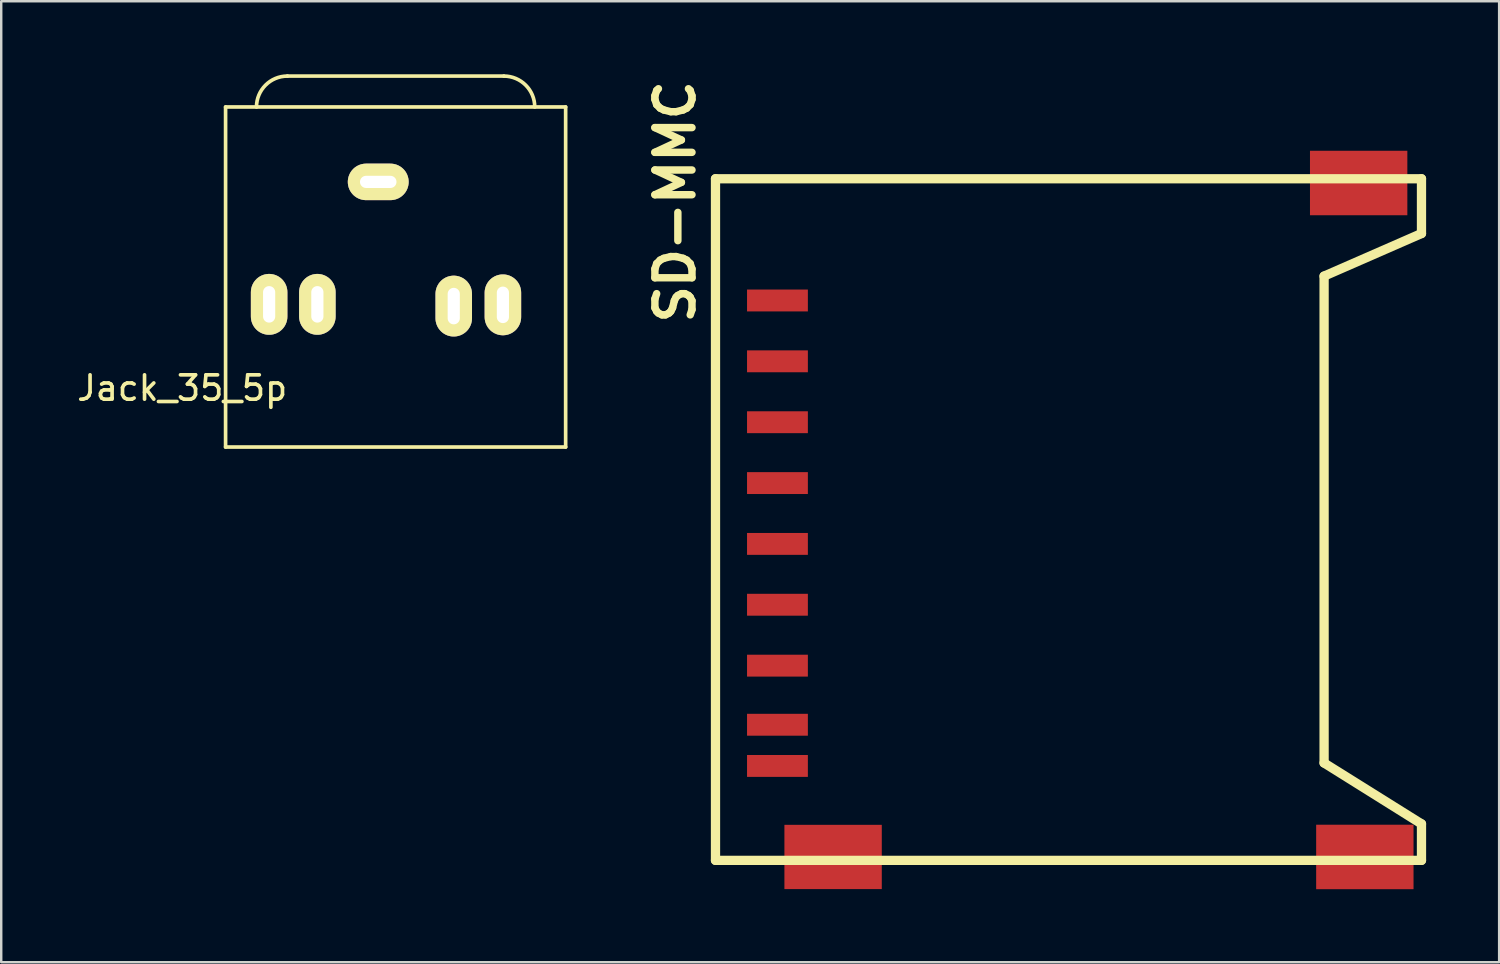
<source format=kicad_pcb>
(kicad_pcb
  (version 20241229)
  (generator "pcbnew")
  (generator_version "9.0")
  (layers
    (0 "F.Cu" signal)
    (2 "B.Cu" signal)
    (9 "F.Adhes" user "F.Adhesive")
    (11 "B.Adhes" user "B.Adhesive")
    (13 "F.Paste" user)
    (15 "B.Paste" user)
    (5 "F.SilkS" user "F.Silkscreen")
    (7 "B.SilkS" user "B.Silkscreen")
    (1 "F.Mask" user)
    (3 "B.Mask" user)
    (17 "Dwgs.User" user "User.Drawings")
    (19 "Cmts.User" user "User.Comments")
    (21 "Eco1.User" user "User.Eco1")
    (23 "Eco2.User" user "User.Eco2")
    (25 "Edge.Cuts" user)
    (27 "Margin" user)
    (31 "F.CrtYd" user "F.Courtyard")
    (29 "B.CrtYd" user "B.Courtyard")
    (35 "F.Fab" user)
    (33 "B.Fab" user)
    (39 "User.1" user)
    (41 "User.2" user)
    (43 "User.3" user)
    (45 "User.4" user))
  (footprint "SD-MMC"
    (layer "F.Cu")
    (at 28.888 9.294)
    (property "Reference" "SD-MMC" (at -4.2 -4.054 90) (layer "F.SilkS") (effects (font (size 1.524 1.524) (thickness 0.305))))
    (attr through_hole)
    (fp_line (start -2.545 -5.001) (end 26.457 -5.001) (stroke (width 0.381) (type solid)) (layer "F.SilkS"))
    (fp_line (start -2.545 23) (end -2.545 -5.001) (stroke (width 0.381) (type solid)) (layer "F.SilkS"))
    (fp_line (start 22.456 -1.001) (end 22.456 18.999) (stroke (width 0.381) (type solid)) (layer "F.SilkS"))
    (fp_line (start 22.456 18.999) (end 26.457 21.501) (stroke (width 0.381) (type solid)) (layer "F.SilkS"))
    (fp_line (start 26.457 -5.001) (end 26.457 -2.751) (stroke (width 0.381) (type solid)) (layer "F.SilkS"))
    (fp_line (start 26.457 -2.751) (end 22.456 -1.001) (stroke (width 0.381) (type solid)) (layer "F.SilkS"))
    (fp_line (start 26.457 21.501) (end 26.457 23) (stroke (width 0.381) (type solid)) (layer "F.SilkS"))
    (fp_line (start 26.457 23) (end -2.545 23) (stroke (width 0.381) (type solid)) (layer "F.SilkS"))
    (pad "1" smd rect (at 0 2.499) (size 2.499 0.899) (layers "F.Cu" "F.Mask" "F.Paste"))
    (pad "2" smd rect (at 0 5.001) (size 2.499 0.899) (layers "F.Cu" "F.Mask" "F.Paste"))
    (pad "3" smd rect (at 0 7.501) (size 2.499 0.899) (layers "F.Cu" "F.Mask" "F.Paste"))
    (pad "4" smd rect (at 0 10) (size 2.499 0.899) (layers "F.Cu" "F.Mask" "F.Paste"))
    (pad "5" smd rect (at 0 12.499) (size 2.499 0.899) (layers "F.Cu" "F.Mask" "F.Paste"))
    (pad "6" smd rect (at 0 15.001) (size 2.499 0.899) (layers "F.Cu" "F.Mask" "F.Paste"))
    (pad "7" smd rect (at 0 17.429) (size 2.499 0.899) (layers "F.Cu" "F.Mask" "F.Paste"))
    (pad "8" smd rect (at 0 19.121) (size 2.499 0.899) (layers "F.Cu" "F.Mask" "F.Paste"))
    (pad "9" smd rect (at 0 0) (size 2.499 0.899) (layers "F.Cu" "F.Mask" "F.Paste"))
    (pad "~" smd rect (at 2.286 22.86) (size 4 2.64) (layers "F.Cu" "F.Mask" "F.Paste"))
    (pad "~" smd rect (at 23.876 -4.826) (size 4 2.649) (layers "F.Cu" "F.Mask" "F.Paste"))
    (pad "~" smd rect (at 24.13 22.86) (size 4 2.649) (layers "F.Cu" "F.Mask" "F.Paste")))
  (footprint "Jack_35_5p"
    (layer "F.Cu")
    (at 12.567 10.235)
    (property "Reference" "Jack_35_5p" (at -8.132 2.658 0) (layer "F.SilkS") (effects (font (size 1 1) (thickness 0.15))))
    (attr through_hole)
    (fp_line (start -6.35 -8.89) (end 7.62 -8.89) (stroke (width 0.15) (type solid)) (layer "F.SilkS"))
    (fp_line (start -6.35 5.08) (end -6.35 -8.89) (stroke (width 0.15) (type solid)) (layer "F.SilkS"))
    (fp_line (start -3.81 -10.16) (end 5.08 -10.16) (stroke (width 0.15) (type solid)) (layer "F.SilkS"))
    (fp_line (start 7.62 -8.89) (end 7.62 5.08) (stroke (width 0.15) (type solid)) (layer "F.SilkS"))
    (fp_line (start 7.62 5.08) (end -6.35 5.08) (stroke (width 0.15) (type solid)) (layer "F.SilkS"))
    (fp_arc (start -5.08 -8.89) (mid -4.708026 -9.788026) (end -3.81 -10.16) (stroke (width 0.15) (type solid)) (layer "F.SilkS"))
    (fp_arc (start 5.08 -10.16) (mid 5.978026 -9.788026) (end 6.35 -8.89) (stroke (width 0.15) (type solid)) (layer "F.SilkS"))
    (pad "1" thru_hole oval (at -0.079 -5.813) (size 2.5 1.5) (drill oval 1.5 0.5) (layers "*.Cu" "*.Mask" "F.SilkS"))
    (pad "2" thru_hole oval (at 5.042 -0.762) (size 1.5 2.5) (drill oval 0.5 1.5) (layers "*.Cu" "*.Mask" "F.SilkS"))
    (pad "3" thru_hole oval (at -4.561 -0.782) (size 1.5 2.5) (drill oval 0.5 1.5) (layers "*.Cu" "*.Mask" "F.SilkS"))
    (pad "4" thru_hole oval (at 3.023 -0.711) (size 1.5 2.5) (drill oval 0.5 1.5) (layers "*.Cu" "*.Mask" "F.SilkS"))
    (pad "5" thru_hole oval (at -2.58 -0.782) (size 1.5 2.5) (drill oval 0.5 1.5) (layers "*.Cu" "*.Mask" "F.SilkS")))
  (gr_rect
    (start -3 -3)
    (end 58.535 36.478)
    (stroke (width 0.1) (type default))
    (fill no)
    (layer "Edge.Cuts")))
</source>
